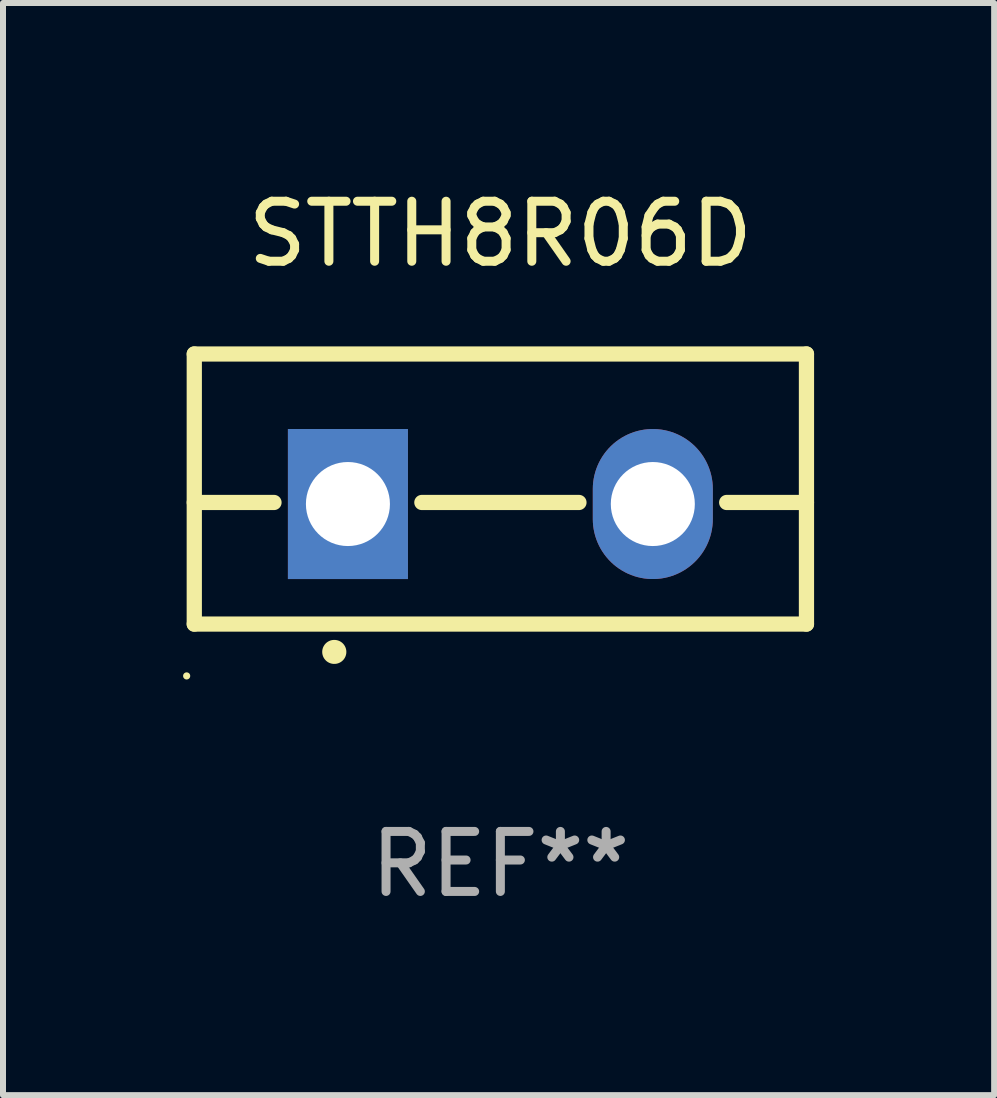
<source format=kicad_pcb>
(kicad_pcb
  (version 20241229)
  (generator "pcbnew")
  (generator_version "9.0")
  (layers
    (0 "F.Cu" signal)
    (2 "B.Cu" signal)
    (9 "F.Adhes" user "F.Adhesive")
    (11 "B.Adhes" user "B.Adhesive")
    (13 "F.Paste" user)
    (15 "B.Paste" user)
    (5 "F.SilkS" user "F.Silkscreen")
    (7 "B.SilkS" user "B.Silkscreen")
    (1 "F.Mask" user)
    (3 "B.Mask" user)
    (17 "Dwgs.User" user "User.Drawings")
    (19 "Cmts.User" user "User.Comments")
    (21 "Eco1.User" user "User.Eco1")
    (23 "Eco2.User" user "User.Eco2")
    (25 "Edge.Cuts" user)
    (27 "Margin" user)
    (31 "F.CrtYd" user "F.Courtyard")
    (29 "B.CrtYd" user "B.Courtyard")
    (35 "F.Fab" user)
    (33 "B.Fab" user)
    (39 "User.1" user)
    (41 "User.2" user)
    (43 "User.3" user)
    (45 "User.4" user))
  (footprint "STTH8R06D"
    (layer "F.Cu")
    (at 5.287 5.098)
    (property "Reference" "STTH8R06D" (at 0 -4.25 0) (layer "F.SilkS") (effects (font (size 1 1) (thickness 0.15))))
    (attr through_hole)
    (fp_line (start -5.1 -2.25) (end -5.1 2.25) (stroke (width 0.254) (type solid)) (layer "F.SilkS"))
    (fp_line (start -5.1 0.224) (end -3.772 0.224) (stroke (width 0.254) (type solid)) (layer "F.SilkS"))
    (fp_line (start -5.1 2.25) (end 5.1 2.25) (stroke (width 0.254) (type solid)) (layer "F.SilkS"))
    (fp_line (start -1.308 0.224) (end 1.309 0.224) (stroke (width 0.254) (type solid)) (layer "F.SilkS"))
    (fp_line (start 3.771 0.224) (end 5.1 0.224) (stroke (width 0.254) (type solid)) (layer "F.SilkS"))
    (fp_line (start 5.1 -2.25) (end -5.1 -2.25) (stroke (width 0.254) (type solid)) (layer "F.SilkS"))
    (fp_line (start 5.1 -2.25) (end 5.1 2.25) (stroke (width 0.254) (type solid)) (layer "F.SilkS"))
    (fp_arc (start -2.768606 2.713805) (mid -2.767336 2.713801) (end -2.766066 2.713805) (stroke (width 0.4) (type solid)) (layer "F.SilkS"))
    (fp_circle (center -5.227 3.114) (end -5.197 3.114) (stroke (width 0.06) (type solid)) (fill no) (layer "F.SilkS"))
    (fp_text user "REF**" (at 0 6.25 0) (layer "F.Fab") (effects (font (size 1 1) (thickness 0.15))))
    (pad "1" thru_hole rect (at -2.54 0.25) (size 2 2.5) (drill 1.4) (layers "*.Cu" "*.Mask"))
    (pad "3" thru_hole oval (at 2.54 0.25) (size 2 2.5) (drill 1.4) (layers "*.Cu" "*.Mask")))
  (gr_rect
    (start -3 -3)
    (end 13.514 15.197)
    (stroke (width 0.1) (type default))
    (fill no)
    (layer "Edge.Cuts")))
</source>
